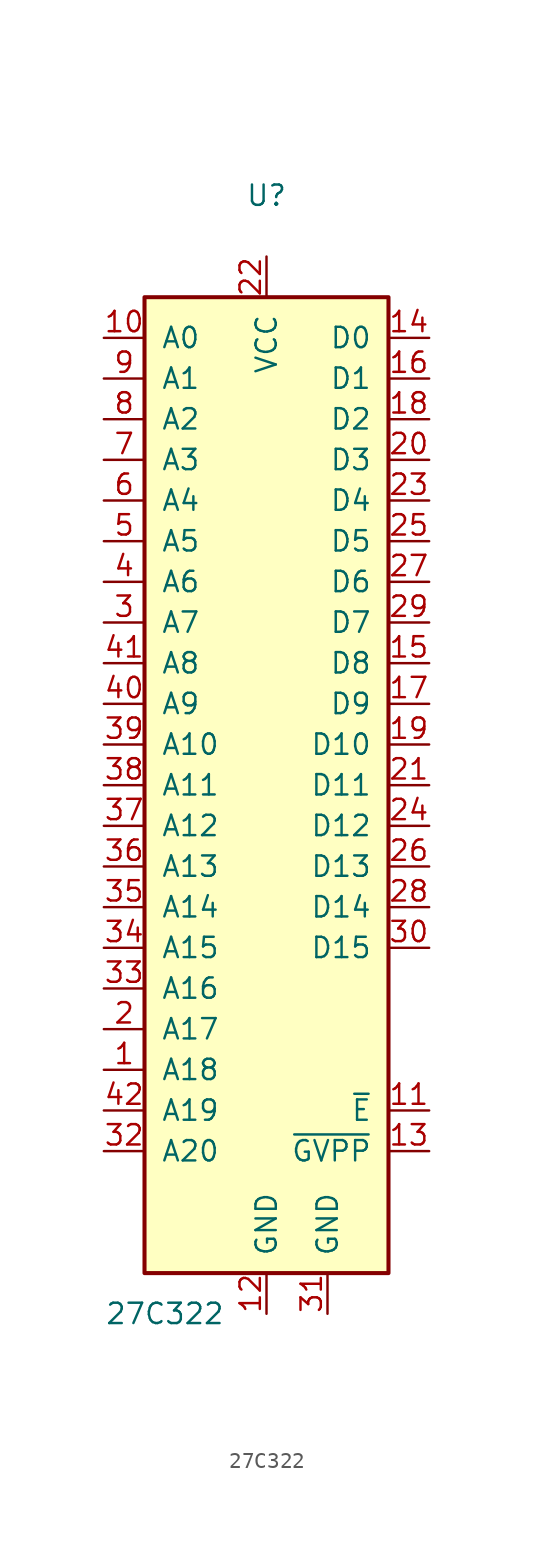
<source format=kicad_sym>
(kicad_symbol_lib
  (version 20220914)
  (generator kicad_symbol_editor)
  (symbol "27C322"
    (pin_names
      (offset 1.016))
    (property "Reference" "U"
      (at 0 35.56 0)
      (effects (font (size 1.27 1.27))))
    (property "Value" "27C322"
      (at -6.35 -34.29 0)
      (effects (font (size 1.27 1.27))))
    (symbol "27C322_0_0"
      (pin power_in line (at 3.81 -34.29 90) (length 2.54) (name "GND" (effects (font (size 1.27 1.27)))) (number "31" (effects (font (size 1.27 1.27))))))
    (symbol "27C322_1_1"
      (rectangle (start -7.62 29.21) (end 7.62 -31.75) (stroke (width 0.254) (type solid)) (fill (type background)))
      (pin input line (at -10.16 -19.05 0) (length 2.54) (name "A18" (effects (font (size 1.27 1.27)))) (number "1" (effects (font (size 1.27 1.27)))))
      (pin input line (at -10.16 26.67 0) (length 2.54) (name "A0" (effects (font (size 1.27 1.27)))) (number "10" (effects (font (size 1.27 1.27)))))
      (pin input line (at 10.16 -21.59 180) (length 2.54) (name "~{E}" (effects (font (size 1.27 1.27)))) (number "11" (effects (font (size 1.27 1.27)))))
      (pin power_in line (at 0 -34.29 90) (length 2.54) (name "GND" (effects (font (size 1.27 1.27)))) (number "12" (effects (font (size 1.27 1.27)))))
      (pin input line (at 10.16 -24.13 180) (length 2.54) (name "~{GVPP}" (effects (font (size 1.27 1.27)))) (number "13" (effects (font (size 1.27 1.27)))))
      (pin tri_state line (at 10.16 26.67 180) (length 2.54) (name "D0" (effects (font (size 1.27 1.27)))) (number "14" (effects (font (size 1.27 1.27)))))
      (pin tri_state line (at 10.16 6.35 180) (length 2.54) (name "D8" (effects (font (size 1.27 1.27)))) (number "15" (effects (font (size 1.27 1.27)))))
      (pin tri_state line (at 10.16 24.13 180) (length 2.54) (name "D1" (effects (font (size 1.27 1.27)))) (number "16" (effects (font (size 1.27 1.27)))))
      (pin tri_state line (at 10.16 3.81 180) (length 2.54) (name "D9" (effects (font (size 1.27 1.27)))) (number "17" (effects (font (size 1.27 1.27)))))
      (pin tri_state line (at 10.16 21.59 180) (length 2.54) (name "D2" (effects (font (size 1.27 1.27)))) (number "18" (effects (font (size 1.27 1.27)))))
      (pin tri_state line (at 10.16 1.27 180) (length 2.54) (name "D10" (effects (font (size 1.27 1.27)))) (number "19" (effects (font (size 1.27 1.27)))))
      (pin input line (at -10.16 -16.51 0) (length 2.54) (name "A17" (effects (font (size 1.27 1.27)))) (number "2" (effects (font (size 1.27 1.27)))))
      (pin tri_state line (at 10.16 19.05 180) (length 2.54) (name "D3" (effects (font (size 1.27 1.27)))) (number "20" (effects (font (size 1.27 1.27)))))
      (pin tri_state line (at 10.16 -1.27 180) (length 2.54) (name "D11" (effects (font (size 1.27 1.27)))) (number "21" (effects (font (size 1.27 1.27)))))
      (pin power_in line (at 0 31.75 270) (length 2.54) (name "VCC" (effects (font (size 1.27 1.27)))) (number "22" (effects (font (size 1.27 1.27)))))
      (pin tri_state line (at 10.16 16.51 180) (length 2.54) (name "D4" (effects (font (size 1.27 1.27)))) (number "23" (effects (font (size 1.27 1.27)))))
      (pin tri_state line (at 10.16 -3.81 180) (length 2.54) (name "D12" (effects (font (size 1.27 1.27)))) (number "24" (effects (font (size 1.27 1.27)))))
      (pin tri_state line (at 10.16 13.97 180) (length 2.54) (name "D5" (effects (font (size 1.27 1.27)))) (number "25" (effects (font (size 1.27 1.27)))))
      (pin tri_state line (at 10.16 -6.35 180) (length 2.54) (name "D13" (effects (font (size 1.27 1.27)))) (number "26" (effects (font (size 1.27 1.27)))))
      (pin tri_state line (at 10.16 11.43 180) (length 2.54) (name "D6" (effects (font (size 1.27 1.27)))) (number "27" (effects (font (size 1.27 1.27)))))
      (pin tri_state line (at 10.16 -8.89 180) (length 2.54) (name "D14" (effects (font (size 1.27 1.27)))) (number "28" (effects (font (size 1.27 1.27)))))
      (pin tri_state line (at 10.16 8.89 180) (length 2.54) (name "D7" (effects (font (size 1.27 1.27)))) (number "29" (effects (font (size 1.27 1.27)))))
      (pin input line (at -10.16 8.89 0) (length 2.54) (name "A7" (effects (font (size 1.27 1.27)))) (number "3" (effects (font (size 1.27 1.27)))))
      (pin tri_state line (at 10.16 -11.43 180) (length 2.54) (name "D15" (effects (font (size 1.27 1.27)))) (number "30" (effects (font (size 1.27 1.27)))))
      (pin input line (at -10.16 -24.13 0) (length 2.54) (name "A20" (effects (font (size 1.27 1.27)))) (number "32" (effects (font (size 1.27 1.27)))))
      (pin input line (at -10.16 -13.97 0) (length 2.54) (name "A16" (effects (font (size 1.27 1.27)))) (number "33" (effects (font (size 1.27 1.27)))))
      (pin input line (at -10.16 -11.43 0) (length 2.54) (name "A15" (effects (font (size 1.27 1.27)))) (number "34" (effects (font (size 1.27 1.27)))))
      (pin input line (at -10.16 -8.89 0) (length 2.54) (name "A14" (effects (font (size 1.27 1.27)))) (number "35" (effects (font (size 1.27 1.27)))))
      (pin input line (at -10.16 -6.35 0) (length 2.54) (name "A13" (effects (font (size 1.27 1.27)))) (number "36" (effects (font (size 1.27 1.27)))))
      (pin input line (at -10.16 -3.81 0) (length 2.54) (name "A12" (effects (font (size 1.27 1.27)))) (number "37" (effects (font (size 1.27 1.27)))))
      (pin input line (at -10.16 -1.27 0) (length 2.54) (name "A11" (effects (font (size 1.27 1.27)))) (number "38" (effects (font (size 1.27 1.27)))))
      (pin input line (at -10.16 1.27 0) (length 2.54) (name "A10" (effects (font (size 1.27 1.27)))) (number "39" (effects (font (size 1.27 1.27)))))
      (pin input line (at -10.16 11.43 0) (length 2.54) (name "A6" (effects (font (size 1.27 1.27)))) (number "4" (effects (font (size 1.27 1.27)))))
      (pin input line (at -10.16 3.81 0) (length 2.54) (name "A9" (effects (font (size 1.27 1.27)))) (number "40" (effects (font (size 1.27 1.27)))))
      (pin input line (at -10.16 6.35 0) (length 2.54) (name "A8" (effects (font (size 1.27 1.27)))) (number "41" (effects (font (size 1.27 1.27)))))
      (pin input line (at -10.16 -21.59 0) (length 2.54) (name "A19" (effects (font (size 1.27 1.27)))) (number "42" (effects (font (size 1.27 1.27)))))
      (pin input line (at -10.16 13.97 0) (length 2.54) (name "A5" (effects (font (size 1.27 1.27)))) (number "5" (effects (font (size 1.27 1.27)))))
      (pin input line (at -10.16 16.51 0) (length 2.54) (name "A4" (effects (font (size 1.27 1.27)))) (number "6" (effects (font (size 1.27 1.27)))))
      (pin input line (at -10.16 19.05 0) (length 2.54) (name "A3" (effects (font (size 1.27 1.27)))) (number "7" (effects (font (size 1.27 1.27)))))
      (pin input line (at -10.16 21.59 0) (length 2.54) (name "A2" (effects (font (size 1.27 1.27)))) (number "8" (effects (font (size 1.27 1.27)))))
      (pin input line (at -10.16 24.13 0) (length 2.54) (name "A1" (effects (font (size 1.27 1.27)))) (number "9" (effects (font (size 1.27 1.27))))))))
</source>
